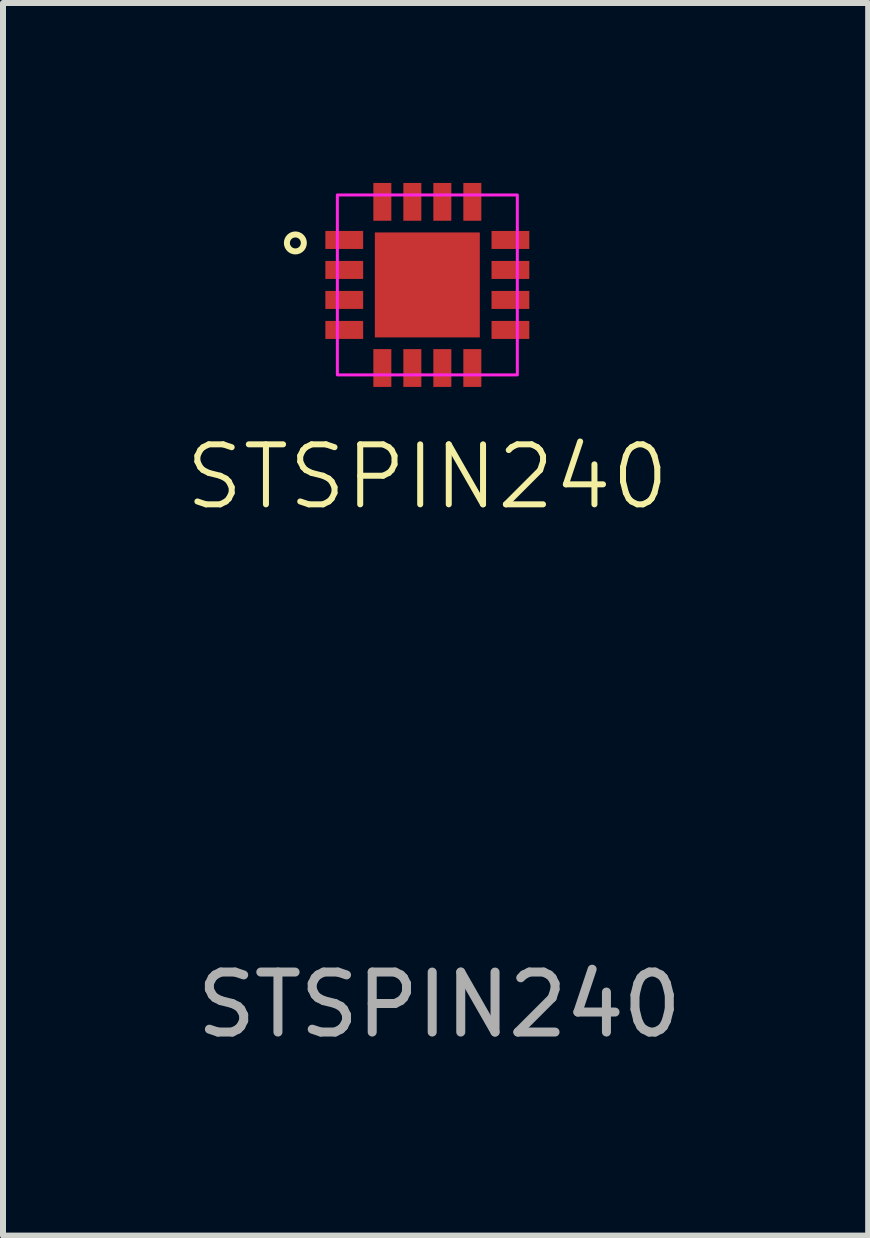
<source format=kicad_pcb>
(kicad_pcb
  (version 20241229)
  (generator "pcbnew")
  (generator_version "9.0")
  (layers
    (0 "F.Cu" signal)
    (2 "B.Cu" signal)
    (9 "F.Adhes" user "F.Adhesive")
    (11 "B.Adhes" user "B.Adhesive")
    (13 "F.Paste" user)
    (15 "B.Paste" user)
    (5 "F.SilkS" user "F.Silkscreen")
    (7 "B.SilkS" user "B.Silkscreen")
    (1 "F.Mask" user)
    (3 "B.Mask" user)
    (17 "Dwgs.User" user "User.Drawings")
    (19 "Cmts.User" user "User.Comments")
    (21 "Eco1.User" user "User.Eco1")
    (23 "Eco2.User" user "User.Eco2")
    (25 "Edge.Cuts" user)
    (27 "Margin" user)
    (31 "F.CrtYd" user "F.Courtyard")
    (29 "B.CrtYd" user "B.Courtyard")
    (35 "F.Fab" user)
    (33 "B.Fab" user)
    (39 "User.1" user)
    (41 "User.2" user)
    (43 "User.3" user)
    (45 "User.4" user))
  (footprint "STSPIN240"
    (layer "F.Cu")
    (at 4.074 1.7)
    (property "Reference" "STSPIN240" (at 0 3.2 0) (unlocked yes) (layer "F.SilkS") (effects (font (size 1 1) (thickness 0.1))))
    (attr smd)
    (fp_circle (center -2.2 -0.7) (end -2.1 -0.8) (stroke (width 0.1) (type default)) (fill no) (layer "F.SilkS"))
    (fp_rect (start -1.5 -1.5) (end 1.5 1.5) (stroke (width 0.05) (type solid)) (fill no) (layer "F.CrtYd"))
    (fp_text user "${REFERENCE}" (at 0.2 12 0) (unlocked yes) (layer "F.Fab") (effects (font (size 1 1) (thickness 0.15))))
    (pad "1" smd rect (at -1.385 -0.75) (size 0.63 0.3) (layers "F.Cu" "F.Mask" "F.Paste"))
    (pad "2" smd rect (at -1.385 -0.25) (size 0.63 0.3) (layers "F.Cu" "F.Mask" "F.Paste"))
    (pad "3" smd rect (at -1.385 0.25) (size 0.63 0.3) (layers "F.Cu" "F.Mask" "F.Paste"))
    (pad "4" smd rect (at -1.385 0.75) (size 0.63 0.3) (layers "F.Cu" "F.Mask" "F.Paste"))
    (pad "5" smd rect (at -0.75 1.385 90) (size 0.63 0.3) (layers "F.Cu" "F.Mask" "F.Paste"))
    (pad "6" smd rect (at -0.25 1.385 90) (size 0.63 0.3) (layers "F.Cu" "F.Mask" "F.Paste"))
    (pad "7" smd rect (at 0.25 1.385 90) (size 0.63 0.3) (layers "F.Cu" "F.Mask" "F.Paste"))
    (pad "8" smd rect (at 0.75 1.385 90) (size 0.63 0.3) (layers "F.Cu" "F.Mask" "F.Paste"))
    (pad "9" smd rect (at 1.385 0.75) (size 0.63 0.3) (layers "F.Cu" "F.Mask" "F.Paste"))
    (pad "10" smd rect (at 1.385 0.25) (size 0.63 0.3) (layers "F.Cu" "F.Mask" "F.Paste"))
    (pad "11" smd rect (at 1.385 -0.25) (size 0.63 0.3) (layers "F.Cu" "F.Mask" "F.Paste"))
    (pad "12" smd rect (at 1.385 -0.75) (size 0.63 0.3) (layers "F.Cu" "F.Mask" "F.Paste"))
    (pad "13" smd rect (at 0.75 -1.385 90) (size 0.63 0.3) (layers "F.Cu" "F.Mask" "F.Paste"))
    (pad "14" smd rect (at 0.25 -1.385 90) (size 0.63 0.3) (layers "F.Cu" "F.Mask" "F.Paste"))
    (pad "15" smd rect (at -0.25 -1.385 90) (size 0.63 0.3) (layers "F.Cu" "F.Mask" "F.Paste"))
    (pad "16" smd rect (at -0.75 -1.385 270) (size 0.63 0.3) (layers "F.Cu" "F.Mask" "F.Paste"))
    (pad "17" smd rect (at 0 0) (size 1.75 1.75) (layers "F.Cu" "F.Mask" "F.Paste")))
  (gr_rect
    (start -3 -3)
    (end 11.423 17.548)
    (stroke (width 0.1) (type default))
    (fill no)
    (layer "Edge.Cuts")))
</source>
